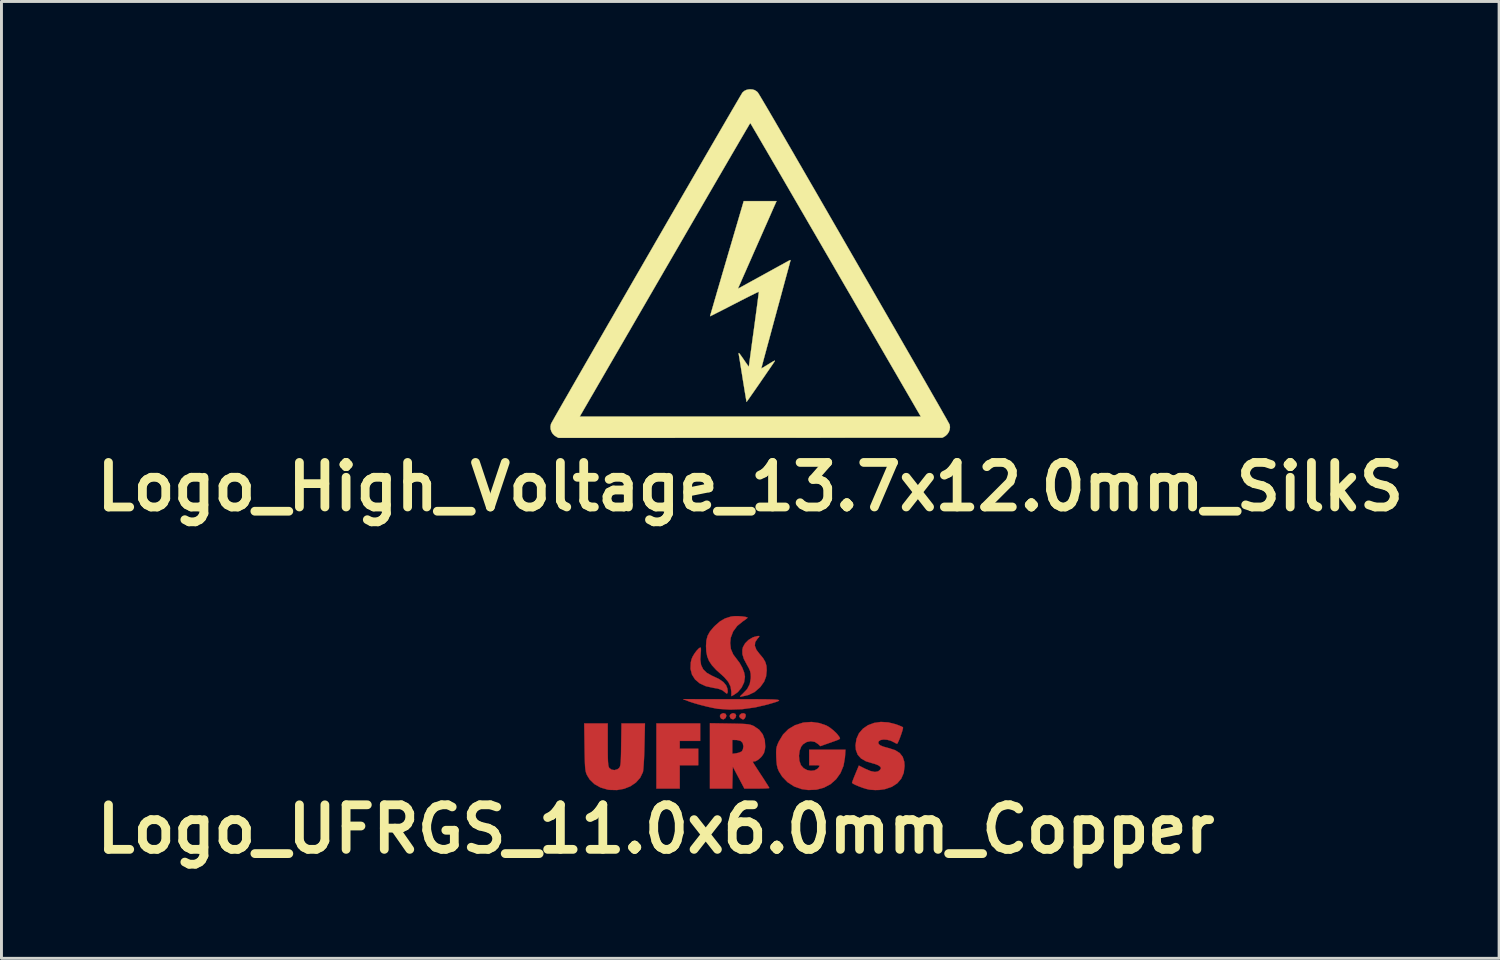
<source format=kicad_pcb>
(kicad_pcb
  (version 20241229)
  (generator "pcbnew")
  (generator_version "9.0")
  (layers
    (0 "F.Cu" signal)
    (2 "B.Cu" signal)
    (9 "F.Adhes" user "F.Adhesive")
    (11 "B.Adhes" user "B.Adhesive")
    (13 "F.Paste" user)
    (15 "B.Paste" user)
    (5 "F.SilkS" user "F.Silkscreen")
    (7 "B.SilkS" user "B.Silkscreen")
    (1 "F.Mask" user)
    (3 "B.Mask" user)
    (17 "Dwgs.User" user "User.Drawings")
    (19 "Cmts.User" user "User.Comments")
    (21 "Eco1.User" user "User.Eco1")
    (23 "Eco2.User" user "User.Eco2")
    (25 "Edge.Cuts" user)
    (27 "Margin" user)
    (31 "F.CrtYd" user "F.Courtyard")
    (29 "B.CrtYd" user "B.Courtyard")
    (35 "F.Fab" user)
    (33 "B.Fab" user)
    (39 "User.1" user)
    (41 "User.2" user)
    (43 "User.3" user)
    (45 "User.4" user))
  (footprint "Logo_UFRGS_11.0x6.0mm_Copper"
    (layer "F.Cu")
    (at 22 21.655)
    (property "Reference" "Logo_UFRGS_11.0x6.0mm_Copper" (at -2.616 3.658 0) (layer "F.SilkS") (effects (font (size 1.524 1.524) (thickness 0.3))))
    (attr through_hole)
    (fp_poly (pts (xy -1.1 0.638) (xy -1.799 0.638) (xy -1.799 0.904) (xy -1.166 0.904) (xy -1.166 1.47) (xy -1.799 1.47) (xy -1.799 2.269) (xy -2.598 2.269) (xy -2.598 0.039) (xy -1.1 0.039) (xy -1.1 0.638)) (stroke (width 0.01) (type solid)) (fill yes) (layer "F.Cu"))
    (fp_poly (pts (xy -0.229 -0.286) (xy -0.203 -0.226) (xy -0.228 -0.152) (xy -0.235 -0.143) (xy -0.303 -0.098) (xy -0.374 -0.119) (xy -0.403 -0.147) (xy -0.426 -0.215) (xy -0.396 -0.275) (xy -0.324 -0.309) (xy -0.297 -0.311) (xy -0.229 -0.286)) (stroke (width 0.01) (type solid)) (fill yes) (layer "F.Cu"))
    (fp_poly (pts (xy 0.104 -0.286) (xy 0.13 -0.226) (xy 0.105 -0.152) (xy 0.098 -0.143) (xy 0.03 -0.098) (xy -0.041 -0.119) (xy -0.07 -0.147) (xy -0.093 -0.215) (xy -0.063 -0.275) (xy 0.008 -0.309) (xy 0.035 -0.311) (xy 0.104 -0.286)) (stroke (width 0.01) (type solid)) (fill yes) (layer "F.Cu"))
    (fp_poly (pts (xy 0.439 -0.287) (xy 0.459 -0.251) (xy 0.45 -0.184) (xy 0.413 -0.121) (xy 0.368 -0.094) (xy 0.326 -0.112) (xy 0.28 -0.142) (xy 0.236 -0.19) (xy 0.248 -0.244) (xy 0.252 -0.251) (xy 0.308 -0.298) (xy 0.379 -0.31) (xy 0.439 -0.287)) (stroke (width 0.01) (type solid)) (fill yes) (layer "F.Cu"))
    (fp_poly (pts (xy 0.016 -0.789) (xy 0.41 -0.789) (xy 0.741 -0.788) (xy 1.013 -0.787) (xy 1.229 -0.784) (xy 1.392 -0.78) (xy 1.506 -0.773) (xy 1.574 -0.763) (xy 1.6 -0.75) (xy 1.587 -0.732) (xy 1.539 -0.71) (xy 1.459 -0.683) (xy 1.351 -0.651) (xy 1.219 -0.612) (xy 1.205 -0.608) (xy 0.783 -0.509) (xy 0.351 -0.449) (xy -0.074 -0.432) (xy -0.47 -0.458) (xy -0.516 -0.464) (xy -0.683 -0.495) (xy -0.884 -0.54) (xy -1.098 -0.594) (xy -1.3 -0.652) (xy -1.467 -0.706) (xy -1.516 -0.725) (xy -1.682 -0.79) (xy 0.016 -0.789)) (stroke (width 0.01) (type solid)) (fill yes) (layer "F.Cu"))
    (fp_poly (pts (xy -1.075 -2.527) (xy -1.075 -2.435) (xy -1.081 -2.376) (xy -1.095 -2.144) (xy -1.069 -1.958) (xy -0.997 -1.811) (xy -0.875 -1.691) (xy -0.697 -1.591) (xy -0.651 -1.571) (xy -0.446 -1.472) (xy -0.301 -1.369) (xy -0.21 -1.258) (xy -0.169 -1.152) (xy -0.157 -1.052) (xy -0.169 -0.992) (xy -0.201 -0.982) (xy -0.235 -1.011) (xy -0.338 -1.093) (xy -0.493 -1.15) (xy -0.65 -1.177) (xy -0.905 -1.233) (xy -1.114 -1.329) (xy -1.274 -1.463) (xy -1.38 -1.63) (xy -1.431 -1.825) (xy -1.422 -2.044) (xy -1.394 -2.163) (xy -1.355 -2.252) (xy -1.293 -2.353) (xy -1.221 -2.449) (xy -1.152 -2.522) (xy -1.099 -2.557) (xy -1.093 -2.558) (xy -1.075 -2.527)) (stroke (width 0.01) (type solid)) (fill yes) (layer "F.Cu"))
    (fp_poly (pts (xy 0.918 -2.924) (xy 0.868 -2.866) (xy 0.858 -2.856) (xy 0.781 -2.741) (xy 0.77 -2.616) (xy 0.823 -2.477) (xy 0.925 -2.344) (xy 1.05 -2.195) (xy 1.128 -2.062) (xy 1.167 -1.927) (xy 1.176 -1.776) (xy 1.154 -1.568) (xy 1.088 -1.39) (xy 0.967 -1.22) (xy 0.945 -1.194) (xy 0.759 -1.033) (xy 0.548 -0.933) (xy 0.465 -0.912) (xy 0.366 -0.891) (xy 0.285 -0.873) (xy 0.282 -0.872) (xy 0.263 -0.879) (xy 0.297 -0.922) (xy 0.358 -0.978) (xy 0.507 -1.135) (xy 0.595 -1.305) (xy 0.63 -1.501) (xy 0.632 -1.552) (xy 0.627 -1.662) (xy 0.607 -1.754) (xy 0.564 -1.852) (xy 0.495 -1.974) (xy 0.394 -2.165) (xy 0.344 -2.33) (xy 0.342 -2.479) (xy 0.363 -2.569) (xy 0.436 -2.699) (xy 0.553 -2.815) (xy 0.695 -2.901) (xy 0.755 -2.922) (xy 0.866 -2.949) (xy 0.919 -2.951) (xy 0.918 -2.924)) (stroke (width 0.01) (type solid)) (fill yes) (layer "F.Cu"))
    (fp_poly (pts (xy 0.208 -3.629) (xy 0.333 -3.621) (xy 0.441 -3.606) (xy 0.51 -3.586) (xy 0.521 -3.579) (xy 0.502 -3.555) (xy 0.441 -3.508) (xy 0.365 -3.456) (xy 0.166 -3.295) (xy 0.026 -3.105) (xy -0.055 -2.889) (xy -0.074 -2.71) (xy -0.05 -2.505) (xy 0.03 -2.319) (xy 0.145 -2.167) (xy 0.252 -2.025) (xy 0.342 -1.862) (xy 0.405 -1.699) (xy 0.431 -1.559) (xy 0.431 -1.55) (xy 0.401 -1.363) (xy 0.316 -1.185) (xy 0.189 -1.033) (xy 0.057 -0.94) (xy -0.034 -0.892) (xy -0.034 -1.044) (xy -0.06 -1.219) (xy -0.14 -1.383) (xy -0.279 -1.545) (xy -0.356 -1.615) (xy -0.552 -1.791) (xy -0.696 -1.947) (xy -0.797 -2.097) (xy -0.859 -2.252) (xy -0.892 -2.425) (xy -0.9 -2.61) (xy -0.888 -2.8) (xy -0.846 -2.958) (xy -0.766 -3.103) (xy -0.639 -3.254) (xy -0.588 -3.306) (xy -0.419 -3.453) (xy -0.251 -3.55) (xy -0.061 -3.611) (xy -0.012 -3.621) (xy 0.085 -3.63) (xy 0.208 -3.629)) (stroke (width 0.01) (type solid)) (fill yes) (layer "F.Cu"))
    (fp_poly (pts (xy -4.262 0.764) (xy -4.261 1.01) (xy -4.259 1.199) (xy -4.254 1.338) (xy -4.246 1.437) (xy -4.235 1.504) (xy -4.219 1.547) (xy -4.21 1.563) (xy -4.132 1.622) (xy -4.03 1.637) (xy -3.928 1.607) (xy -3.876 1.567) (xy -3.855 1.538) (xy -3.839 1.5) (xy -3.827 1.442) (xy -3.818 1.357) (xy -3.812 1.234) (xy -3.807 1.066) (xy -3.804 0.842) (xy -3.803 0.768) (xy -3.792 0.039) (xy -2.989 0.039) (xy -3.006 0.813) (xy -3.012 1.041) (xy -3.021 1.254) (xy -3.032 1.439) (xy -3.043 1.585) (xy -3.054 1.681) (xy -3.06 1.707) (xy -3.153 1.899) (xy -3.298 2.061) (xy -3.485 2.189) (xy -3.704 2.276) (xy -3.946 2.319) (xy -4.201 2.313) (xy -4.262 2.304) (xy -4.509 2.232) (xy -4.717 2.115) (xy -4.881 1.956) (xy -4.974 1.803) (xy -4.996 1.75) (xy -5.013 1.693) (xy -5.026 1.621) (xy -5.036 1.526) (xy -5.043 1.398) (xy -5.048 1.228) (xy -5.053 1.006) (xy -5.055 0.846) (xy -5.067 0.039) (xy -4.262 0.039) (xy -4.262 0.764)) (stroke (width 0.01) (type solid)) (fill yes) (layer "F.Cu"))
    (fp_poly (pts (xy -0.093 0.044) (xy 0.138 0.048) (xy 0.314 0.053) (xy 0.444 0.06) (xy 0.54 0.07) (xy 0.612 0.084) (xy 0.672 0.103) (xy 0.73 0.128) (xy 0.743 0.135) (xy 0.917 0.255) (xy 1.041 0.415) (xy 1.111 0.61) (xy 1.125 0.836) (xy 1.115 0.928) (xy 1.081 1.053) (xy 1.013 1.159) (xy 0.965 1.211) (xy 0.881 1.283) (xy 0.803 1.328) (xy 0.769 1.337) (xy 0.712 1.343) (xy 0.698 1.353) (xy 0.715 1.385) (xy 0.763 1.463) (xy 0.836 1.576) (xy 0.926 1.715) (xy 0.981 1.799) (xy 1.079 1.948) (xy 1.161 2.078) (xy 1.224 2.177) (xy 1.259 2.237) (xy 1.264 2.249) (xy 1.233 2.257) (xy 1.148 2.263) (xy 1.021 2.267) (xy 0.864 2.269) (xy 0.838 2.269) (xy 0.412 2.269) (xy 0.016 1.52) (xy -0.003 2.269) (xy -0.767 2.269) (xy -0.767 1.079) (xy -0.001 1.079) (xy 0.137 1.061) (xy 0.237 1.037) (xy 0.314 1.001) (xy 0.327 0.99) (xy 0.362 0.923) (xy 0.378 0.828) (xy 0.379 0.822) (xy 0.354 0.707) (xy 0.279 0.636) (xy 0.153 0.607) (xy 0.124 0.606) (xy -0.001 0.605) (xy -0.001 1.079) (xy -0.767 1.079) (xy -0.767 0.033) (xy -0.093 0.044)) (stroke (width 0.01) (type solid)) (fill yes) (layer "F.Cu"))
    (fp_poly (pts (xy 2.977 0.028) (xy 3.217 0.111) (xy 3.337 0.183) (xy 3.465 0.284) (xy 3.578 0.394) (xy 3.655 0.494) (xy 3.66 0.503) (xy 3.676 0.531) (xy 3.682 0.553) (xy 3.669 0.572) (xy 3.628 0.595) (xy 3.55 0.626) (xy 3.426 0.67) (xy 3.276 0.723) (xy 3.008 0.817) (xy 2.938 0.748) (xy 2.819 0.671) (xy 2.681 0.647) (xy 2.542 0.675) (xy 2.421 0.752) (xy 2.358 0.828) (xy 2.301 0.973) (xy 2.279 1.145) (xy 2.293 1.317) (xy 2.344 1.463) (xy 2.347 1.469) (xy 2.438 1.571) (xy 2.558 1.636) (xy 2.689 1.661) (xy 2.816 1.645) (xy 2.92 1.586) (xy 2.954 1.545) (xy 2.979 1.503) (xy 2.975 1.48) (xy 2.928 1.472) (xy 2.829 1.47) (xy 2.816 1.47) (xy 2.629 1.47) (xy 2.629 0.938) (xy 3.87 0.938) (xy 3.852 1.202) (xy 3.803 1.487) (xy 3.7 1.737) (xy 3.55 1.948) (xy 3.359 2.117) (xy 3.132 2.237) (xy 2.876 2.306) (xy 2.597 2.318) (xy 2.366 2.285) (xy 2.114 2.196) (xy 1.89 2.051) (xy 1.704 1.859) (xy 1.59 1.674) (xy 1.55 1.577) (xy 1.524 1.467) (xy 1.509 1.324) (xy 1.502 1.195) (xy 1.498 1.04) (xy 1.502 0.929) (xy 1.517 0.841) (xy 1.547 0.755) (xy 1.59 0.66) (xy 1.733 0.421) (xy 1.918 0.235) (xy 2.145 0.1) (xy 2.416 0.014) (xy 2.456 0.007) (xy 2.712 -0.01) (xy 2.977 0.028)) (stroke (width 0.01) (type solid)) (fill yes) (layer "F.Cu"))
    (fp_poly (pts (xy 5.332 0.004) (xy 5.592 0.069) (xy 5.705 0.111) (xy 5.793 0.148) (xy 5.837 0.172) (xy 5.836 0.21) (xy 5.815 0.291) (xy 5.78 0.399) (xy 5.739 0.515) (xy 5.696 0.622) (xy 5.659 0.702) (xy 5.639 0.734) (xy 5.606 0.727) (xy 5.546 0.694) (xy 5.425 0.633) (xy 5.296 0.599) (xy 5.174 0.59) (xy 5.073 0.607) (xy 5.009 0.65) (xy 4.992 0.698) (xy 5.009 0.748) (xy 5.064 0.792) (xy 5.166 0.834) (xy 5.324 0.878) (xy 5.359 0.887) (xy 5.572 0.957) (xy 5.727 1.055) (xy 5.828 1.185) (xy 5.881 1.352) (xy 5.891 1.496) (xy 5.863 1.729) (xy 5.778 1.927) (xy 5.641 2.088) (xy 5.454 2.209) (xy 5.22 2.288) (xy 5.034 2.315) (xy 4.89 2.319) (xy 4.74 2.31) (xy 4.677 2.302) (xy 4.572 2.277) (xy 4.449 2.238) (xy 4.323 2.191) (xy 4.212 2.144) (xy 4.13 2.102) (xy 4.094 2.072) (xy 4.094 2.069) (xy 4.106 2.028) (xy 4.138 1.942) (xy 4.185 1.825) (xy 4.211 1.762) (xy 4.328 1.482) (xy 4.548 1.593) (xy 4.733 1.671) (xy 4.878 1.7) (xy 4.987 1.679) (xy 5.042 1.637) (xy 5.082 1.584) (xy 5.076 1.543) (xy 5.047 1.509) (xy 4.985 1.468) (xy 4.883 1.428) (xy 4.801 1.405) (xy 4.572 1.336) (xy 4.403 1.239) (xy 4.289 1.112) (xy 4.227 0.95) (xy 4.213 0.788) (xy 4.246 0.567) (xy 4.332 0.377) (xy 4.466 0.221) (xy 4.64 0.101) (xy 4.847 0.023) (xy 5.08 -0.011) (xy 5.332 0.004)) (stroke (width 0.01) (type solid)) (fill yes) (layer "F.Cu")))
  (footprint "Logo_High_Voltage_13.7x12.0mm_SilkS"
    (layer "F.Cu")
    (at 22.613 5.982)
    (property "Reference" "Logo_High_Voltage_13.7x12.0mm_SilkS" (at 0 7.62 0) (layer "F.SilkS") (effects (font (size 1.524 1.524) (thickness 0.3))))
    (attr exclude_from_pos_files exclude_from_bom)
    (fp_poly (pts (xy 0.869 -2.087) (xy 0.851 -2.045) (xy 0.824 -1.986) (xy 0.791 -1.911) (xy 0.752 -1.822) (xy 0.707 -1.72) (xy 0.657 -1.606) (xy 0.603 -1.483) (xy 0.545 -1.352) (xy 0.483 -1.213) (xy 0.42 -1.069) (xy 0.355 -0.921) (xy 0.288 -0.77) (xy 0.221 -0.618) (xy 0.154 -0.467) (xy 0.088 -0.317) (xy 0.024 -0.17) (xy -0.039 -0.028) (xy -0.099 0.107) (xy -0.155 0.236) (xy -0.208 0.355) (xy -0.256 0.464) (xy -0.299 0.561) (xy -0.335 0.645) (xy -0.366 0.714) (xy -0.389 0.766) (xy -0.404 0.801) (xy -0.411 0.817) (xy -0.411 0.818) (xy -0.416 0.836) (xy -0.413 0.839) (xy -0.402 0.833) (xy -0.373 0.817) (xy -0.327 0.792) (xy -0.267 0.759) (xy -0.194 0.719) (xy -0.11 0.672) (xy -0.017 0.621) (xy 0.084 0.565) (xy 0.191 0.507) (xy 0.302 0.446) (xy 0.415 0.384) (xy 0.528 0.321) (xy 0.64 0.26) (xy 0.749 0.2) (xy 0.853 0.142) (xy 0.95 0.089) (xy 1.039 0.04) (xy 1.118 -0.003) (xy 1.184 -0.04) (xy 1.237 -0.069) (xy 1.275 -0.09) (xy 1.28 -0.092) (xy 1.325 -0.117) (xy 1.354 -0.131) (xy 1.37 -0.137) (xy 1.376 -0.133) (xy 1.376 -0.123) (xy 1.376 -0.122) (xy 1.372 -0.109) (xy 1.363 -0.074) (xy 1.348 -0.02) (xy 1.329 0.052) (xy 1.305 0.142) (xy 1.276 0.248) (xy 1.243 0.37) (xy 1.206 0.504) (xy 1.166 0.652) (xy 1.123 0.811) (xy 1.077 0.981) (xy 1.029 1.16) (xy 0.978 1.347) (xy 0.925 1.54) (xy 0.872 1.735) (xy 0.818 1.934) (xy 0.766 2.127) (xy 0.716 2.313) (xy 0.668 2.491) (xy 0.622 2.659) (xy 0.579 2.816) (xy 0.54 2.962) (xy 0.504 3.095) (xy 0.472 3.214) (xy 0.444 3.318) (xy 0.421 3.406) (xy 0.402 3.476) (xy 0.389 3.528) (xy 0.381 3.56) (xy 0.378 3.571) (xy 0.389 3.567) (xy 0.415 3.551) (xy 0.456 3.528) (xy 0.507 3.496) (xy 0.567 3.46) (xy 0.601 3.439) (xy 0.677 3.392) (xy 0.737 3.356) (xy 0.781 3.33) (xy 0.811 3.314) (xy 0.83 3.306) (xy 0.84 3.306) (xy 0.841 3.312) (xy 0.84 3.317) (xy 0.833 3.329) (xy 0.814 3.357) (xy 0.785 3.4) (xy 0.747 3.457) (xy 0.7 3.525) (xy 0.647 3.603) (xy 0.588 3.688) (xy 0.525 3.78) (xy 0.459 3.876) (xy 0.391 3.974) (xy 0.323 4.074) (xy 0.255 4.172) (xy 0.189 4.267) (xy 0.126 4.358) (xy 0.067 4.442) (xy 0.014 4.518) (xy -0.032 4.585) (xy -0.071 4.639) (xy -0.1 4.68) (xy -0.119 4.706) (xy -0.126 4.715) (xy -0.128 4.704) (xy -0.134 4.672) (xy -0.143 4.622) (xy -0.155 4.554) (xy -0.169 4.471) (xy -0.185 4.374) (xy -0.203 4.266) (xy -0.222 4.147) (xy -0.243 4.02) (xy -0.261 3.907) (xy -0.282 3.773) (xy -0.303 3.646) (xy -0.322 3.526) (xy -0.34 3.417) (xy -0.355 3.319) (xy -0.369 3.234) (xy -0.38 3.165) (xy -0.389 3.114) (xy -0.394 3.081) (xy -0.396 3.07) (xy -0.396 3.048) (xy -0.389 3.041) (xy -0.38 3.05) (xy -0.359 3.075) (xy -0.33 3.114) (xy -0.294 3.164) (xy -0.253 3.223) (xy -0.227 3.26) (xy -0.184 3.324) (xy -0.144 3.381) (xy -0.11 3.43) (xy -0.083 3.468) (xy -0.066 3.491) (xy -0.061 3.496) (xy -0.049 3.507) (xy -0.046 3.499) (xy -0.046 3.494) (xy -0.044 3.48) (xy -0.04 3.446) (xy -0.033 3.391) (xy -0.023 3.319) (xy -0.011 3.229) (xy 0.003 3.125) (xy 0.019 3.006) (xy 0.037 2.876) (xy 0.056 2.734) (xy 0.076 2.583) (xy 0.098 2.424) (xy 0.121 2.259) (xy 0.126 2.22) (xy 0.149 2.053) (xy 0.17 1.893) (xy 0.191 1.74) (xy 0.21 1.597) (xy 0.228 1.464) (xy 0.244 1.343) (xy 0.258 1.235) (xy 0.27 1.143) (xy 0.28 1.066) (xy 0.287 1.008) (xy 0.292 0.969) (xy 0.294 0.951) (xy 0.294 0.95) (xy 0.284 0.951) (xy 0.255 0.963) (xy 0.206 0.985) (xy 0.139 1.018) (xy 0.052 1.061) (xy -0.054 1.114) (xy -0.18 1.178) (xy -0.326 1.252) (xy -0.492 1.338) (xy -0.539 1.362) (xy -0.667 1.428) (xy -0.789 1.491) (xy -0.903 1.549) (xy -1.009 1.603) (xy -1.104 1.651) (xy -1.187 1.693) (xy -1.257 1.729) (xy -1.312 1.756) (xy -1.35 1.774) (xy -1.371 1.784) (xy -1.374 1.785) (xy -1.372 1.776) (xy -1.366 1.752) (xy -1.355 1.712) (xy -1.339 1.656) (xy -1.318 1.583) (xy -1.292 1.493) (xy -1.261 1.386) (xy -1.225 1.261) (xy -1.183 1.118) (xy -1.137 0.957) (xy -1.084 0.778) (xy -1.026 0.58) (xy -0.963 0.362) (xy -0.893 0.125) (xy -0.818 -0.131) (xy -0.737 -0.408) (xy -0.649 -0.705) (xy -0.556 -1.023) (xy -0.456 -1.362) (xy -0.35 -1.723) (xy -0.293 -1.916) (xy -0.224 -2.153) (xy 0.899 -2.153) (xy 0.869 -2.087)) (stroke (width 0.01) (type solid)) (fill yes) (layer "F.SilkS"))
    (fp_poly (pts (xy 0.067 -5.973) (xy 0.147 -5.951) (xy 0.217 -5.908) (xy 0.25 -5.879) (xy 0.256 -5.872) (xy 0.265 -5.858) (xy 0.279 -5.838) (xy 0.296 -5.81) (xy 0.318 -5.774) (xy 0.345 -5.73) (xy 0.376 -5.677) (xy 0.413 -5.616) (xy 0.455 -5.544) (xy 0.503 -5.463) (xy 0.557 -5.372) (xy 0.617 -5.27) (xy 0.683 -5.156) (xy 0.756 -5.032) (xy 0.836 -4.895) (xy 0.923 -4.745) (xy 1.017 -4.583) (xy 1.119 -4.407) (xy 1.228 -4.218) (xy 1.346 -4.015) (xy 1.473 -3.797) (xy 1.607 -3.564) (xy 1.751 -3.316) (xy 1.904 -3.051) (xy 2.066 -2.771) (xy 2.238 -2.474) (xy 2.419 -2.16) (xy 2.611 -1.828) (xy 2.812 -1.479) (xy 3.025 -1.111) (xy 3.248 -0.724) (xy 3.482 -0.318) (xy 3.554 -0.194) (xy 3.81 0.25) (xy 4.057 0.677) (xy 4.293 1.087) (xy 4.519 1.479) (xy 4.735 1.854) (xy 4.941 2.21) (xy 5.136 2.55) (xy 5.321 2.871) (xy 5.496 3.174) (xy 5.66 3.459) (xy 5.813 3.726) (xy 5.956 3.975) (xy 6.088 4.205) (xy 6.209 4.417) (xy 6.32 4.61) (xy 6.42 4.784) (xy 6.509 4.94) (xy 6.586 5.077) (xy 6.653 5.194) (xy 6.709 5.292) (xy 6.753 5.372) (xy 6.786 5.431) (xy 6.808 5.472) (xy 6.819 5.492) (xy 6.82 5.495) (xy 6.831 5.577) (xy 6.821 5.66) (xy 6.793 5.739) (xy 6.747 5.811) (xy 6.686 5.872) (xy 6.62 5.914) (xy 6.566 5.94) (xy -6.557 5.946) (xy -6.627 5.911) (xy -6.702 5.862) (xy -6.762 5.798) (xy -6.804 5.725) (xy -6.829 5.644) (xy -6.833 5.559) (xy -6.817 5.473) (xy -6.813 5.462) (xy -6.805 5.447) (xy -6.787 5.414) (xy -6.758 5.362) (xy -6.719 5.293) (xy -6.676 5.217) (xy -5.834 5.217) (xy 5.834 5.217) (xy 5.802 5.163) (xy 5.794 5.149) (xy 5.776 5.117) (xy 5.746 5.066) (xy 5.706 4.998) (xy 5.656 4.912) (xy 5.597 4.809) (xy 5.528 4.69) (xy 5.45 4.555) (xy 5.363 4.406) (xy 5.268 4.242) (xy 5.165 4.065) (xy 5.055 3.874) (xy 4.937 3.671) (xy 4.812 3.456) (xy 4.681 3.23) (xy 4.543 2.992) (xy 4.4 2.745) (xy 4.251 2.488) (xy 4.097 2.222) (xy 3.937 1.948) (xy 3.774 1.665) (xy 3.606 1.376) (xy 3.435 1.08) (xy 3.259 0.778) (xy 3.081 0.471) (xy 2.9 0.159) (xy 2.891 0.142) (xy 2.71 -0.17) (xy 2.532 -0.476) (xy 2.357 -0.778) (xy 2.186 -1.073) (xy 2.018 -1.361) (xy 1.855 -1.643) (xy 1.696 -1.916) (xy 1.542 -2.181) (xy 1.394 -2.436) (xy 1.251 -2.682) (xy 1.114 -2.918) (xy 0.983 -3.143) (xy 0.859 -3.356) (xy 0.741 -3.558) (xy 0.631 -3.747) (xy 0.529 -3.922) (xy 0.434 -4.084) (xy 0.348 -4.232) (xy 0.271 -4.364) (xy 0.203 -4.481) (xy 0.143 -4.582) (xy 0.094 -4.666) (xy 0.055 -4.733) (xy 0.026 -4.782) (xy 0.007 -4.812) (xy 0.00007 -4.824) (xy -0.000025 -4.824) (xy -0.006 -4.814) (xy -0.024 -4.785) (xy -0.052 -4.738) (xy -0.09 -4.672) (xy -0.139 -4.59) (xy -0.197 -4.49) (xy -0.265 -4.374) (xy -0.342 -4.243) (xy -0.427 -4.097) (xy -0.521 -3.936) (xy -0.623 -3.762) (xy -0.732 -3.574) (xy -0.849 -3.373) (xy -0.972 -3.161) (xy -1.103 -2.937) (xy -1.239 -2.702) (xy -1.382 -2.457) (xy -1.53 -2.202) (xy -1.683 -1.938) (xy -1.842 -1.665) (xy -2.005 -1.385) (xy -2.172 -1.097) (xy -2.343 -0.802) (xy -2.517 -0.501) (xy -2.695 -0.195) (xy -2.876 0.117) (xy -2.891 0.142) (xy -3.072 0.455) (xy -3.25 0.762) (xy -3.425 1.064) (xy -3.597 1.361) (xy -3.765 1.65) (xy -3.929 1.933) (xy -4.088 2.208) (xy -4.243 2.474) (xy -4.392 2.732) (xy -4.536 2.979) (xy -4.674 3.217) (xy -4.806 3.444) (xy -4.931 3.66) (xy -5.049 3.864) (xy -5.16 4.055) (xy -5.263 4.233) (xy -5.358 4.398) (xy -5.446 4.548) (xy -5.524 4.683) (xy -5.593 4.803) (xy -5.654 4.907) (xy -5.704 4.993) (xy -5.744 5.063) (xy -5.774 5.115) (xy -5.794 5.148) (xy -5.802 5.162) (xy -5.802 5.163) (xy -5.834 5.217) (xy -6.676 5.217) (xy -6.67 5.207) (xy -6.612 5.104) (xy -6.544 4.986) (xy -6.468 4.853) (xy -6.384 4.706) (xy -6.291 4.545) (xy -6.191 4.371) (xy -6.085 4.185) (xy -5.971 3.987) (xy -5.851 3.779) (xy -5.725 3.56) (xy -5.594 3.332) (xy -5.457 3.095) (xy -5.316 2.85) (xy -5.17 2.597) (xy -5.021 2.338) (xy -4.868 2.072) (xy -4.711 1.802) (xy -4.552 1.526) (xy -4.391 1.246) (xy -4.227 0.963) (xy -4.062 0.677) (xy -3.896 0.389) (xy -3.728 0.099) (xy -3.561 -0.191) (xy -3.393 -0.481) (xy -3.226 -0.771) (xy -3.059 -1.059) (xy -2.894 -1.345) (xy -2.73 -1.629) (xy -2.567 -1.909) (xy -2.408 -2.185) (xy -2.251 -2.456) (xy -2.096 -2.722) (xy -1.946 -2.982) (xy -1.799 -3.236) (xy -1.657 -3.481) (xy -1.519 -3.719) (xy -1.386 -3.948) (xy -1.259 -4.167) (xy -1.137 -4.377) (xy -1.022 -4.575) (xy -0.913 -4.762) (xy -0.812 -4.937) (xy -0.717 -5.099) (xy -0.631 -5.248) (xy -0.552 -5.382) (xy -0.482 -5.502) (xy -0.421 -5.606) (xy -0.37 -5.694) (xy -0.328 -5.765) (xy -0.296 -5.818) (xy -0.275 -5.853) (xy -0.265 -5.869) (xy -0.264 -5.87) (xy -0.198 -5.925) (xy -0.122 -5.96) (xy -0.035 -5.976) (xy -0.023 -5.977) (xy 0.067 -5.973)) (stroke (width 0.01) (type solid)) (fill yes) (layer "F.SilkS")))
  (gr_rect
    (start -3 -3)
    (end 48.227 29.731)
    (stroke (width 0.1) (type default))
    (fill no)
    (layer "Edge.Cuts")))
</source>
